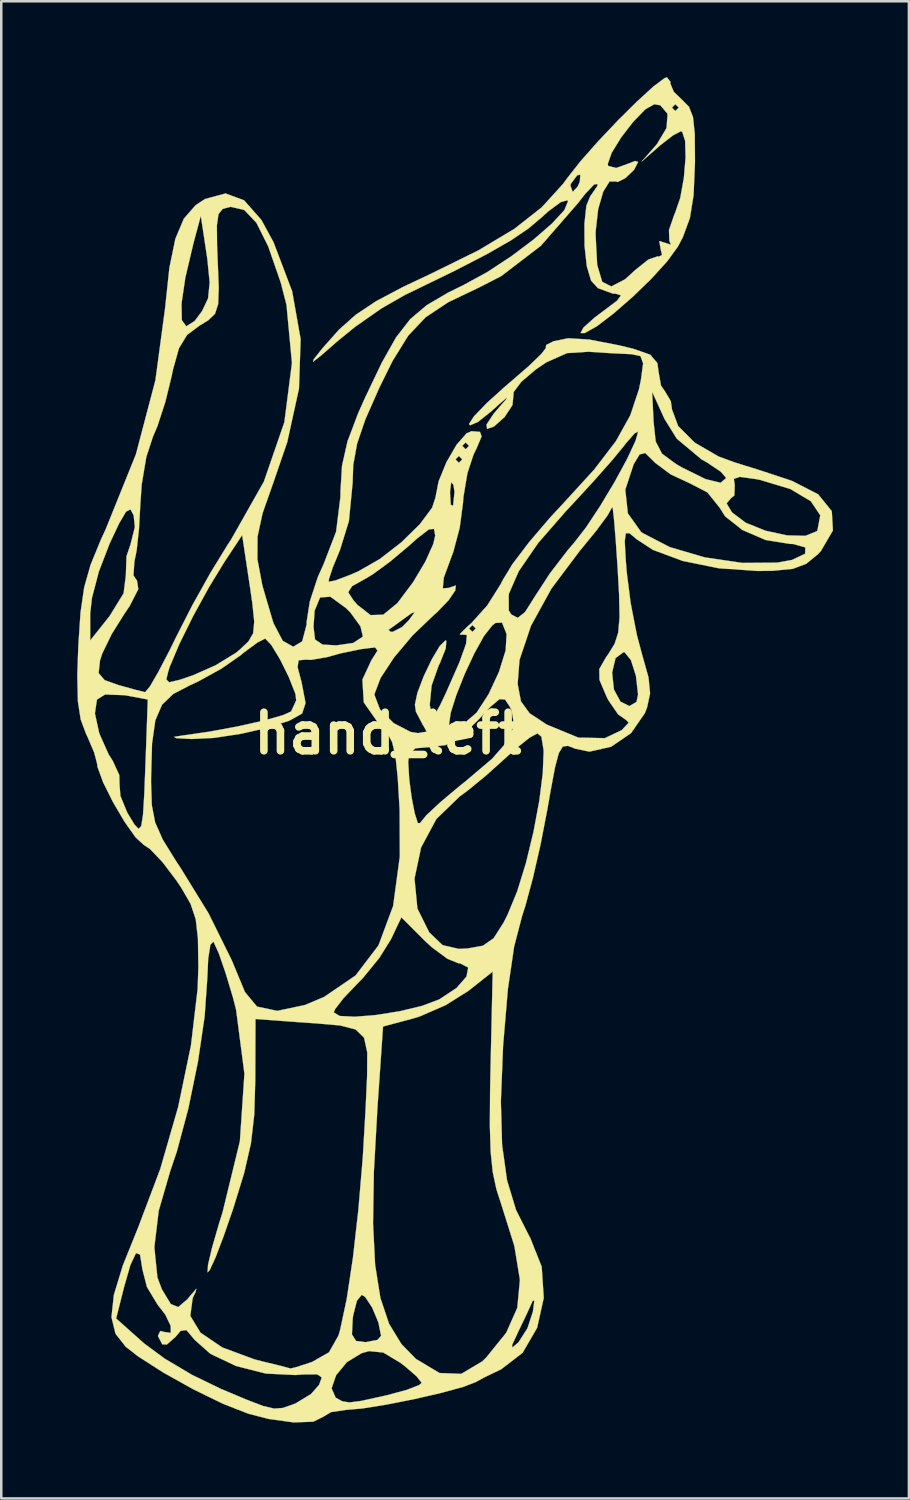
<source format=kicad_pcb>
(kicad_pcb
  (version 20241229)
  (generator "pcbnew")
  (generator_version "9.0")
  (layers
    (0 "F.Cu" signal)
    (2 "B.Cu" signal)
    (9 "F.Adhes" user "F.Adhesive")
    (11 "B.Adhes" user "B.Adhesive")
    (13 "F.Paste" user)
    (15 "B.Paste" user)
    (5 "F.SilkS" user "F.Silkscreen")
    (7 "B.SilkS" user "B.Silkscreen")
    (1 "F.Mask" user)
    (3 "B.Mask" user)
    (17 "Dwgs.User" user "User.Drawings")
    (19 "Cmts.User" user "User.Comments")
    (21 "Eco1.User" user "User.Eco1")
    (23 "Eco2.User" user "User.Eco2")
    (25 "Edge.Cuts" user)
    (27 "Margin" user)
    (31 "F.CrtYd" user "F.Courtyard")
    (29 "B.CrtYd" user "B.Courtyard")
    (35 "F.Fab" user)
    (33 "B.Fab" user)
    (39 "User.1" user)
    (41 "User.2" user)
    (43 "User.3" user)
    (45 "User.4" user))
  (footprint "hand_left"
    (layer "F.Cu")
    (at 12.279 25.934)
    (property "Reference" "hand_left" (at 0 0 0) (layer "F.SilkS") (effects (font (size 1.524 1.524) (thickness 0.3))))
    (attr through_hole)
    (fp_poly (pts (xy 11.173 -25.745) (xy 11.163 -25.686) (xy 11.301 -25.356) (xy 11.631 -25.038) (xy 11.903 -24.762) (xy 12.061 -24.356) (xy 12.131 -23.687) (xy 12.139 -22.627) (xy 12.137 -22.513) (xy 12.084 -21.272) (xy 11.939 -20.371) (xy 11.662 -19.615) (xy 11.469 -19.246) (xy 11.054 -18.671) (xy 10.424 -17.976) (xy 9.679 -17.253) (xy 8.921 -16.592) (xy 8.254 -16.084) (xy 7.777 -15.819) (xy 7.617 -15.822) (xy 7.733 -16.039) (xy 8.177 -16.437) (xy 8.485 -16.667) (xy 9.055 -17.097) (xy 9.215 -17.31) (xy 9.004 -17.377) (xy 8.896 -17.379) (xy 8.303 -17.595) (xy 8.03 -17.896) (xy 7.862 -18.468) (xy 7.774 -19.277) (xy 7.772 -19.681) (xy 8.212 -19.681) (xy 8.274 -18.512) (xy 8.473 -17.846) (xy 8.832 -17.663) (xy 9.375 -17.945) (xy 9.788 -18.32) (xy 10.295 -18.726) (xy 10.67 -18.855) (xy 10.709 -18.841) (xy 10.837 -18.906) (xy 10.78 -19.147) (xy 10.728 -19.458) (xy 10.958 -19.387) (xy 11.187 -19.313) (xy 11.126 -19.469) (xy 11.111 -19.892) (xy 11.326 -20.514) (xy 11.352 -20.566) (xy 11.557 -21.163) (xy 11.699 -21.948) (xy 11.767 -22.755) (xy 11.749 -23.419) (xy 11.634 -23.774) (xy 11.581 -23.796) (xy 11.274 -23.636) (xy 10.771 -23.246) (xy 10.712 -23.194) (xy 10.026 -22.593) (xy 10.635 -23.286) (xy 11.015 -23.924) (xy 11.056 -24.485) (xy 10.847 -24.732) (xy 11.229 -24.732) (xy 11.363 -24.598) (xy 11.497 -24.732) (xy 11.363 -24.865) (xy 11.229 -24.732) (xy 10.847 -24.732) (xy 10.768 -24.824) (xy 10.534 -24.865) (xy 10.18 -24.667) (xy 9.702 -24.176) (xy 9.218 -23.548) (xy 8.843 -22.938) (xy 8.692 -22.502) (xy 8.711 -22.425) (xy 9.027 -22.346) (xy 9.374 -22.468) (xy 9.778 -22.623) (xy 9.893 -22.583) (xy 9.731 -22.272) (xy 9.389 -21.944) (xy 9.082 -21.79) (xy 9.027 -21.81) (xy 8.765 -21.814) (xy 8.511 -21.408) (xy 8.312 -20.714) (xy 8.215 -19.857) (xy 8.212 -19.681) (xy 7.772 -19.681) (xy 7.769 -20.135) (xy 7.846 -20.854) (xy 8.007 -21.245) (xy 8.021 -21.256) (xy 8.279 -21.629) (xy 8.288 -21.713) (xy 8.151 -21.692) (xy 7.8 -21.322) (xy 7.52 -20.962) (xy 6.05 -19.272) (xy 4.476 -18.068) (xy 3.609 -17.624) (xy 2.384 -17.037) (xy 1.493 -16.445) (xy 0.804 -15.716) (xy 0.184 -14.715) (xy -0.336 -13.663) (xy -0.889 -12.408) (xy -1.217 -11.445) (xy -1.368 -10.603) (xy -1.393 -9.893) (xy -1.539 -8.388) (xy -1.893 -7.244) (xy -2.181 -6.545) (xy -2.332 -6.084) (xy -2.336 -5.99) (xy -2.071 -6.043) (xy -1.488 -6.264) (xy -1.17 -6.402) (xy -0.319 -6.889) (xy 0.533 -7.549) (xy 1.264 -8.264) (xy 1.749 -8.917) (xy 1.877 -9.3) (xy 1.915 -9.492) (xy 2.458 -9.492) (xy 2.487 -9.035) (xy 2.571 -8.995) (xy 2.582 -9.019) (xy 2.635 -9.549) (xy 2.592 -9.821) (xy 2.506 -9.93) (xy 2.46 -9.575) (xy 2.458 -9.492) (xy 1.915 -9.492) (xy 2.006 -9.958) (xy 2.317 -10.718) (xy 2.381 -10.828) (xy 2.674 -10.828) (xy 2.807 -10.695) (xy 2.941 -10.828) (xy 2.807 -10.962) (xy 2.674 -10.828) (xy 2.381 -10.828) (xy 2.691 -11.363) (xy 2.941 -11.363) (xy 3.075 -11.229) (xy 3.208 -11.363) (xy 3.075 -11.497) (xy 2.941 -11.363) (xy 2.691 -11.363) (xy 2.718 -11.409) (xy 3.114 -11.859) (xy 3.309 -11.942) (xy 3.641 -11.914) (xy 3.705 -11.736) (xy 3.51 -11.269) (xy 3.386 -11.016) (xy 3.144 -10.28) (xy 2.989 -9.352) (xy 2.971 -9.117) (xy 2.84 -8.125) (xy 2.588 -7.172) (xy 2.527 -7.012) (xy 2.21 -6.148) (xy 2.172 -5.731) (xy 2.406 -5.748) (xy 2.686 -5.844) (xy 2.665 -5.648) (xy 2.403 -5.263) (xy 1.956 -4.796) (xy 1.811 -4.669) (xy 0.98 -3.873) (xy 0.247 -3.001) (xy -0.287 -2.188) (xy -0.524 -1.567) (xy -0.527 -1.513) (xy -0.31 -0.947) (xy 0.229 -0.405) (xy 0.895 -0.057) (xy 1.19 -0.009) (xy 1.534 -0.066) (xy 1.403 -0.308) (xy 1.39 -0.321) (xy 1.369 -0.361) (xy 2.419 -0.361) (xy 2.489 -0.267) (xy 2.831 -0.352) (xy 3.065 -0.434) (xy 3.51 -0.82) (xy 3.981 -1.546) (xy 4.17 -1.952) (xy 5.13 -1.952) (xy 5.26 -1.266) (xy 5.602 -0.794) (xy 6.283 -0.345) (xy 7.531 0.169) (xy 8.577 0.19) (xy 9.24 -0.125) (xy 9.521 -0.421) (xy 9.42 -0.526) (xy 9.098 -0.752) (xy 8.722 -1.301) (xy 8.635 -1.471) (xy 8.365 -2.111) (xy 8.359 -2.407) (xy 8.864 -2.407) (xy 8.933 -1.737) (xy 9.194 -1.254) (xy 9.55 -1.077) (xy 9.829 -1.242) (xy 9.889 -1.537) (xy 9.805 -2.277) (xy 9.607 -2.895) (xy 9.36 -3.201) (xy 9.318 -3.208) (xy 9.002 -2.979) (xy 8.864 -2.407) (xy 8.359 -2.407) (xy 8.356 -2.537) (xy 8.623 -3.008) (xy 8.719 -3.142) (xy 8.961 -3.535) (xy 9.103 -3.974) (xy 9.158 -4.589) (xy 9.139 -5.505) (xy 9.08 -6.551) (xy 9.006 -7.634) (xy 8.939 -8.45) (xy 8.889 -8.899) (xy 8.867 -8.941) (xy 8.682 -8.61) (xy 8.235 -8.005) (xy 7.621 -7.254) (xy 7.577 -7.203) (xy 6.464 -5.718) (xy 5.657 -4.251) (xy 5.204 -2.902) (xy 5.13 -1.952) (xy 4.17 -1.952) (xy 4.391 -2.427) (xy 4.657 -3.28) (xy 4.692 -3.921) (xy 4.689 -3.933) (xy 4.514 -4.377) (xy 4.258 -4.363) (xy 4.13 -4.266) (xy 3.804 -3.854) (xy 3.423 -3.171) (xy 3.039 -2.349) (xy 2.708 -1.518) (xy 2.484 -0.812) (xy 2.419 -0.361) (xy 1.369 -0.361) (xy 1.11 -0.855) (xy 1.069 -1.134) (xy 1.17 -1.608) (xy 1.418 -2.257) (xy 1.737 -2.923) (xy 2.048 -3.448) (xy 2.274 -3.672) (xy 2.311 -3.66) (xy 2.29 -3.359) (xy 2.066 -2.794) (xy 2.009 -2.681) (xy 1.73 -1.89) (xy 1.656 -1.141) (xy 1.659 -1.119) (xy 1.728 -0.742) (xy 1.844 -0.724) (xy 2.068 -1.115) (xy 2.318 -1.647) (xy 2.827 -2.804) (xy 3.091 -3.535) (xy 3.123 -3.888) (xy 2.933 -3.906) (xy 2.903 -3.891) (xy 2.843 -3.917) (xy 3.069 -4.144) (xy 3.208 -4.144) (xy 3.342 -4.011) (xy 3.476 -4.144) (xy 3.342 -4.278) (xy 3.208 -4.144) (xy 3.069 -4.144) (xy 3.132 -4.208) (xy 3.302 -4.357) (xy 3.923 -5.047) (xy 4.211 -5.501) (xy 4.777 -5.501) (xy 4.78 -4.856) (xy 4.884 -4.695) (xy 5.135 -4.566) (xy 5.42 -4.79) (xy 5.824 -5.428) (xy 6.403 -6.318) (xy 7.116 -7.248) (xy 7.356 -7.525) (xy 7.834 -8.141) (xy 8.396 -8.992) (xy 8.778 -9.629) (xy 9.384 -9.629) (xy 9.487 -8.692) (xy 10.006 -7.964) (xy 10.065 -7.919) (xy 11.143 -7.361) (xy 12.53 -6.954) (xy 14.015 -6.736) (xy 15.384 -6.746) (xy 15.975 -6.853) (xy 16.49 -7.099) (xy 16.502 -7.348) (xy 16.024 -7.483) (xy 15.9 -7.486) (xy 14.934 -7.64) (xy 14.015 -8.036) (xy 13.33 -8.576) (xy 13.116 -8.918) (xy 12.978 -9.089) (xy 13.388 -9.089) (xy 13.603 -8.732) (xy 14.144 -8.324) (xy 14.924 -8.01) (xy 15.768 -7.825) (xy 16.503 -7.806) (xy 16.954 -7.989) (xy 16.979 -8.023) (xy 17.09 -8.617) (xy 16.717 -9.175) (xy 15.911 -9.655) (xy 14.725 -10.013) (xy 14.552 -10.048) (xy 13.911 -10.137) (xy 13.674 -10.056) (xy 13.711 -9.814) (xy 13.696 -9.402) (xy 13.554 -9.285) (xy 13.388 -9.089) (xy 12.978 -9.089) (xy 12.63 -9.522) (xy 11.947 -9.876) (xy 11.174 -10.237) (xy 10.562 -10.694) (xy 10.542 -10.716) (xy 10.175 -11.078) (xy 9.951 -11.024) (xy 9.717 -10.639) (xy 9.384 -9.629) (xy 8.778 -9.629) (xy 8.963 -9.937) (xy 9.454 -10.84) (xy 9.79 -11.56) (xy 9.893 -11.926) (xy 9.755 -11.858) (xy 9.412 -11.466) (xy 9.309 -11.332) (xy 8.856 -10.783) (xy 8.157 -9.992) (xy 7.34 -9.104) (xy 7.062 -8.809) (xy 5.941 -7.522) (xy 5.172 -6.404) (xy 4.777 -5.501) (xy 4.211 -5.501) (xy 4.464 -5.902) (xy 4.535 -6.047) (xy 4.924 -6.688) (xy 5.588 -7.563) (xy 6.417 -8.533) (xy 6.936 -9.091) (xy 8.157 -10.427) (xy 9.017 -11.552) (xy 9.584 -12.573) (xy 9.893 -13.502) (xy 10.445 -13.502) (xy 10.503 -12.306) (xy 10.587 -11.532) (xy 10.836 -11.053) (xy 11.391 -10.644) (xy 11.631 -10.505) (xy 12.561 -10.047) (xy 13.153 -9.904) (xy 13.368 -10.088) (xy 13.368 -10.099) (xy 13.155 -10.343) (xy 12.621 -10.702) (xy 12.395 -10.83) (xy 11.418 -11.647) (xy 10.934 -12.428) (xy 10.445 -13.502) (xy 9.893 -13.502) (xy 9.925 -13.597) (xy 10.002 -13.97) (xy 10.089 -14.624) (xy 9.984 -14.912) (xy 9.623 -14.987) (xy 9.571 -14.988) (xy 8.886 -15.02) (xy 8.031 -15.075) (xy 7.939 -15.082) (xy 7.085 -15.028) (xy 6.268 -14.666) (xy 5.856 -14.389) (xy 5.275 -13.894) (xy 4.97 -13.487) (xy 4.962 -13.343) (xy 4.925 -12.974) (xy 4.614 -12.5) (xy 4.192 -12.125) (xy 3.922 -12.032) (xy 3.899 -12.202) (xy 4.178 -12.626) (xy 4.297 -12.767) (xy 4.669 -13.195) (xy 4.713 -13.279) (xy 4.402 -13.011) (xy 4.076 -12.717) (xy 3.561 -12.308) (xy 3.25 -12.174) (xy 3.208 -12.226) (xy 3.401 -12.525) (xy 3.911 -13.055) (xy 4.64 -13.714) (xy 4.836 -13.88) (xy 5.564 -14.511) (xy 6.064 -14.992) (xy 6.255 -15.241) (xy 6.24 -15.259) (xy 6.263 -15.354) (xy 6.551 -15.497) (xy 7.129 -15.615) (xy 7.959 -15.564) (xy 9.145 -15.334) (xy 9.692 -15.202) (xy 10.371 -14.965) (xy 10.655 -14.631) (xy 10.695 -14.31) (xy 10.795 -13.748) (xy 10.962 -13.502) (xy 11.185 -13.126) (xy 11.229 -12.805) (xy 11.474 -12.145) (xy 12.129 -11.49) (xy 13.079 -10.939) (xy 13.692 -10.714) (xy 14.734 -10.389) (xy 15.816 -10.031) (xy 15.978 -9.975) (xy 17.005 -9.449) (xy 17.547 -8.782) (xy 17.59 -8.019) (xy 17.115 -7.205) (xy 16.99 -7.073) (xy 16.536 -6.701) (xy 16.004 -6.501) (xy 15.215 -6.425) (xy 14.626 -6.417) (xy 13.086 -6.523) (xy 11.653 -6.814) (xy 10.478 -7.251) (xy 9.839 -7.668) (xy 9.554 -7.906) (xy 9.405 -7.908) (xy 9.363 -7.589) (xy 9.403 -6.863) (xy 9.441 -6.376) (xy 9.596 -5.151) (xy 9.846 -3.872) (xy 10.046 -3.124) (xy 10.302 -2.209) (xy 10.365 -1.579) (xy 10.246 -1.025) (xy 10.159 -0.8) (xy 9.613 -0.009) (xy 8.827 0.528) (xy 7.967 0.723) (xy 7.402 0.606) (xy 7.115 0.494) (xy 6.912 0.525) (xy 6.754 0.785) (xy 6.604 1.358) (xy 6.422 2.329) (xy 6.299 3.033) (xy 6.039 4.378) (xy 5.735 5.708) (xy 5.436 6.817) (xy 5.306 7.219) (xy 4.992 8.424) (xy 4.745 10.103) (xy 4.56 12.284) (xy 4.553 12.397) (xy 4.467 14.542) (xy 4.515 16.265) (xy 4.711 17.666) (xy 5.068 18.843) (xy 5.601 19.897) (xy 5.625 19.935) (xy 6.081 21.082) (xy 6.162 22.315) (xy 5.9 23.495) (xy 5.326 24.483) (xy 4.471 25.14) (xy 4.443 25.152) (xy 3.802 25.46) (xy 3.476 25.64) (xy 2.976 25.832) (xy 2.114 26.067) (xy 1.053 26.312) (xy -0.04 26.529) (xy -1 26.683) (xy -1.655 26.74) (xy -2.247 26.827) (xy -2.54 27.004) (xy -2.947 27.206) (xy -3.718 27.235) (xy -4.711 27.098) (xy -5.517 26.89) (xy -6.507 26.502) (xy -7.689 25.926) (xy -8.875 25.264) (xy -9.878 24.62) (xy -10.361 24.243) (xy -10.765 23.729) (xy -10.911 23.127) (xy -10.739 23.127) (xy -9.637 24.109) (xy -8.819 24.714) (xy -7.732 25.359) (xy -6.61 25.903) (xy -6.607 25.905) (xy -5.586 26.334) (xy -4.927 26.587) (xy -4.498 26.688) (xy -4.165 26.665) (xy -3.797 26.541) (xy -3.643 26.482) (xy -3.035 26.112) (xy -2.841 25.89) (xy -2.224 25.89) (xy -2.063 26.255) (xy -2.059 26.257) (xy -1.801 26.4) (xy -1.519 26.445) (xy -1.059 26.386) (xy -0.269 26.213) (xy -0.02 26.156) (xy 0.743 25.95) (xy 1.235 25.76) (xy 1.337 25.672) (xy 1.142 25.419) (xy 0.659 25.002) (xy 0.495 24.878) (xy -0.18 24.473) (xy -0.74 24.417) (xy -1.037 24.498) (xy -1.619 24.853) (xy -2.045 25.37) (xy -2.224 25.89) (xy -2.841 25.89) (xy -2.716 25.747) (xy -2.612 25.457) (xy -2.787 25.335) (xy -3.348 25.339) (xy -3.656 25.362) (xy -4.82 25.305) (xy -6.001 25.005) (xy -7.01 24.526) (xy -7.634 23.974) (xy -7.959 23.585) (xy -8.194 23.618) (xy -8.395 23.858) (xy -8.736 24.157) (xy -8.916 24.148) (xy -9.087 23.82) (xy -8.995 23.62) (xy -8.823 23.662) (xy -8.579 23.695) (xy -8.584 23.416) (xy -8.801 22.966) (xy -9.098 22.585) (xy -9.521 21.884) (xy -9.7 21.19) (xy -9.794 20.602) (xy -9.954 20.543) (xy -10.174 21.009) (xy -10.417 21.853) (xy -10.739 23.127) (xy -10.911 23.127) (xy -10.924 23.074) (xy -10.83 22.2) (xy -10.473 21.027) (xy -10.185 20.315) (xy -9.229 20.315) (xy -9.108 21.504) (xy -8.934 21.968) (xy -8.579 22.555) (xy -8.286 22.677) (xy -7.924 22.368) (xy -7.833 22.258) (xy -7.568 21.951) (xy -7.599 22.082) (xy -7.714 22.318) (xy -7.808 23.024) (xy -7.406 23.686) (xy -6.545 24.271) (xy -5.264 24.745) (xy -4.888 24.841) (xy -4.239 24.998) (xy -3.876 25.096) (xy -3.85 25.106) (xy -3.609 25.046) (xy -3.058 24.866) (xy -2.985 24.84) (xy -2.328 24.465) (xy -1.954 23.806) (xy -1.939 23.756) (xy -1.419 23.756) (xy -1.255 24.016) (xy -0.882 24.063) (xy -0.406 23.971) (xy -0.267 23.813) (xy -0.372 23.289) (xy -0.616 22.702) (xy -0.894 22.277) (xy -1.034 22.192) (xy -1.223 22.427) (xy -1.371 23.005) (xy -1.388 23.127) (xy -1.419 23.756) (xy -1.939 23.756) (xy -1.884 23.57) (xy -1.626 22.36) (xy -1.382 20.741) (xy -1.227 19.374) (xy -0.585 19.374) (xy -0.502 21.017) (xy -0.294 22.318) (xy 0.049 23.338) (xy 0.537 24.138) (xy 1.109 24.724) (xy 2.04 25.282) (xy 2.902 25.316) (xy 3.732 24.822) (xy 3.892 24.665) (xy 4.289 24.174) (xy 4.91 24.174) (xy 4.924 24.277) (xy 5.167 24.063) (xy 5.519 23.51) (xy 5.732 22.86) (xy 5.79 22.427) (xy 5.731 22.42) (xy 5.713 22.459) (xy 5.477 22.976) (xy 5.15 23.658) (xy 5.148 23.662) (xy 4.91 24.174) (xy 4.289 24.174) (xy 4.678 23.692) (xy 5.116 22.706) (xy 5.22 21.598) (xy 5 20.259) (xy 4.507 18.691) (xy 4.29 18.016) (xy 4.145 17.336) (xy 4.062 16.533) (xy 4.031 15.487) (xy 4.041 14.079) (xy 4.057 13.307) (xy 4.144 9.418) (xy 3.182 10.18) (xy 2.28 10.746) (xy 1.248 11.194) (xy 1.015 11.265) (xy -0.19 11.587) (xy -0.412 14.817) (xy -0.552 17.328) (xy -0.585 19.374) (xy -1.227 19.374) (xy -1.166 18.841) (xy -0.992 16.786) (xy -0.884 14.918) (xy -0.819 13.543) (xy -0.814 12.61) (xy -0.941 12.028) (xy -1.272 11.705) (xy -1.878 11.547) (xy -2.833 11.464) (xy -3.618 11.41) (xy -5.231 11.291) (xy -5.24 13.733) (xy -5.279 15.07) (xy -5.411 16.205) (xy -5.676 17.367) (xy -6.114 18.787) (xy -6.121 18.807) (xy -6.491 19.878) (xy -6.81 20.713) (xy -7.038 21.211) (xy -7.125 21.305) (xy -7.108 21.009) (xy -6.948 20.329) (xy -6.677 19.391) (xy -6.535 18.941) (xy -5.848 16.12) (xy -5.669 13.452) (xy -5.984 11.028) (xy -2.139 11.028) (xy -1.904 11.171) (xy -1.294 11.2) (xy -0.452 11.131) (xy 0.478 10.982) (xy 1.353 10.771) (xy 2.031 10.516) (xy 2.041 10.51) (xy 2.713 10.065) (xy 3.109 9.614) (xy 3.176 9.256) (xy 2.863 9.093) (xy 2.8 9.091) (xy 2.356 8.912) (xy 1.743 8.459) (xy 1.444 8.181) (xy 0.535 7.272) (xy 0.123 8.139) (xy -0.334 8.873) (xy -0.983 9.666) (xy -1.213 9.903) (xy -1.756 10.472) (xy -2.089 10.906) (xy -2.139 11.028) (xy -5.984 11.028) (xy -5.997 10.927) (xy -6.121 10.444) (xy -6.415 9.466) (xy -6.683 8.691) (xy -6.876 8.264) (xy -6.899 8.234) (xy -7.014 8.359) (xy -7.1 8.899) (xy -7.136 9.689) (xy -7.242 11.197) (xy -7.506 12.985) (xy -7.886 14.834) (xy -8.339 16.526) (xy -8.602 17.303) (xy -9.057 18.873) (xy -9.229 20.315) (xy -10.185 20.315) (xy -9.864 19.518) (xy -8.994 17.214) (xy -8.286 14.761) (xy -7.781 12.332) (xy -7.518 10.099) (xy -7.489 9.23) (xy -7.506 8.116) (xy -7.593 7.349) (xy -7.796 6.741) (xy -8.164 6.104) (xy -8.355 5.819) (xy -8.902 5.096) (xy -9.399 4.574) (xy -9.651 4.405) (xy -9.97 4.113) (xy -10.406 3.495) (xy -10.865 2.715) (xy -11.253 1.938) (xy -11.475 1.329) (xy -11.497 1.174) (xy -11.608 0.756) (xy -11.881 0.115) (xy -11.928 0.02) (xy -12.14 -0.548) (xy -12.177 -0.788) (xy -11.578 -0.788) (xy -11.406 0.002) (xy -11.035 0.832) (xy -10.87 1.092) (xy -10.613 1.651) (xy -10.605 2.022) (xy -10.57 2.474) (xy -10.307 3.115) (xy -10.25 3.216) (xy -10.015 3.603) (xy -9.853 3.774) (xy -9.747 3.668) (xy -9.677 3.222) (xy -9.625 2.374) (xy -9.609 1.958) (xy -9.358 1.958) (xy -9.329 2.84) (xy -9.196 3.525) (xy -8.893 4.207) (xy -8.353 5.078) (xy -8.183 5.334) (xy -7.083 7.12) (xy -6.169 8.969) (xy -5.647 10.227) (xy -5.172 10.799) (xy -4.371 10.969) (xy -3.274 10.736) (xy -2.52 10.418) (xy -1.276 9.57) (xy -0.37 8.381) (xy 0.209 6.823) (xy 0.355 5.738) (xy 1.054 5.738) (xy 1.168 6.924) (xy 1.635 7.866) (xy 2.166 8.372) (xy 2.804 8.519) (xy 3.155 8.503) (xy 3.761 8.393) (xy 4.18 8.098) (xy 4.571 7.485) (xy 4.726 7.183) (xy 5.111 6.249) (xy 5.461 5.115) (xy 5.758 3.886) (xy 5.985 2.668) (xy 6.124 1.566) (xy 6.158 0.686) (xy 6.07 0.135) (xy 5.914 0) (xy 5.602 0.171) (xy 5.054 0.609) (xy 4.62 1.003) (xy 3.863 1.683) (xy 3.128 2.284) (xy 2.83 2.502) (xy 1.917 3.386) (xy 1.314 4.512) (xy 1.054 5.738) (xy 0.355 5.738) (xy 0.473 4.868) (xy 0.465 3.018) (xy 0.391 1.753) (xy 0.326 1.136) (xy 0.805 1.136) (xy 0.845 1.811) (xy 0.941 2.537) (xy 1.063 3.164) (xy 1.184 3.544) (xy 1.268 3.549) (xy 1.517 3.242) (xy 2.084 2.713) (xy 2.857 2.065) (xy 3.072 1.894) (xy 4.123 1.002) (xy 4.748 0.288) (xy 4.99 -0.322) (xy 4.894 -0.902) (xy 4.821 -1.053) (xy 4.631 -1.337) (xy 4.412 -1.351) (xy 4.052 -1.047) (xy 3.572 -0.529) (xy 2.877 0.146) (xy 2.275 0.466) (xy 1.707 0.535) (xy 1.084 0.593) (xy 0.836 0.834) (xy 0.805 1.136) (xy 0.326 1.136) (xy 0.302 0.901) (xy 0.168 0.343) (xy -0.039 -0.043) (xy -0.35 -0.377) (xy -0.373 -0.398) (xy -0.952 -1.226) (xy -1.006 -2.124) (xy -0.656 -2.877) (xy -0.409 -3.271) (xy -0.504 -3.396) (xy -1.027 -3.332) (xy -1.124 -3.315) (xy -1.86 -3.163) (xy -2.403 -3.012) (xy -2.406 -3.011) (xy -3.034 -2.904) (xy -3.254 -2.913) (xy -3.528 -2.885) (xy -3.567 -2.614) (xy -3.408 -2.012) (xy -3.253 -1.197) (xy -3.389 -0.782) (xy -3.895 -0.5) (xy -4.762 -0.219) (xy -5.816 0.021) (xy -6.885 0.182) (xy -7.754 0.224) (xy -8.367 0.19) (xy -8.448 0.14) (xy -8.155 0.092) (xy -7.052 -0.067) (xy -5.918 -0.277) (xy -4.9 -0.505) (xy -4.145 -0.719) (xy -3.826 -0.862) (xy -3.623 -1.296) (xy -3.651 -1.557) (xy -3.918 -2.233) (xy -4.268 -2.936) (xy -4.607 -3.495) (xy -4.843 -3.742) (xy -4.853 -3.743) (xy -5.159 -3.586) (xy -5.685 -3.197) (xy -5.827 -3.08) (xy -6.58 -2.555) (xy -7.511 -2.042) (xy -7.814 -1.903) (xy -8.481 -1.558) (xy -8.925 -1.132) (xy -9.19 -0.514) (xy -9.32 0.404) (xy -9.357 1.731) (xy -9.358 1.958) (xy -9.609 1.958) (xy -9.574 1.062) (xy -9.567 0.869) (xy -9.488 -1.337) (xy -10.388 -1.506) (xy -11.174 -1.536) (xy -11.497 -1.336) (xy -11.578 -0.788) (xy -12.177 -0.788) (xy -12.252 -1.273) (xy -12.274 -2.288) (xy -12.271 -2.383) (xy -11.431 -2.383) (xy -11.195 -2.103) (xy -10.653 -1.91) (xy -10.007 -1.73) (xy -9.612 -1.632) (xy -9.592 -1.628) (xy -9.411 -1.842) (xy -9.242 -2.132) (xy -8.756 -2.132) (xy -8.645 -2.017) (xy -8.222 -2.117) (xy -7.701 -2.294) (xy -6.811 -2.688) (xy -6.019 -3.173) (xy -5.859 -3.302) (xy -5.509 -3.634) (xy -5.323 -3.956) (xy -5.281 -4.413) (xy -5.357 -5.155) (xy -5.462 -5.872) (xy -5.758 -7.834) (xy -6.457 -6.778) (xy -7.064 -5.785) (xy -7.69 -4.644) (xy -8.238 -3.537) (xy -8.613 -2.65) (xy -8.669 -2.484) (xy -8.756 -2.132) (xy -9.242 -2.132) (xy -9.066 -2.435) (xy -8.615 -3.303) (xy -8.358 -3.826) (xy -7.723 -5.071) (xy -7.002 -6.36) (xy -6.332 -7.453) (xy -6.209 -7.636) (xy -4.899 -9.951) (xy -4.09 -12.297) (xy -3.79 -14.638) (xy -4.006 -16.936) (xy -4.232 -17.813) (xy -4.725 -19.238) (xy -5.195 -20.18) (xy -5.677 -20.687) (xy -6.202 -20.808) (xy -6.242 -20.803) (xy -6.53 -20.726) (xy -6.694 -20.52) (xy -6.758 -20.071) (xy -6.749 -19.263) (xy -6.723 -18.653) (xy -6.683 -17.609) (xy -6.707 -16.964) (xy -6.832 -16.581) (xy -7.098 -16.325) (xy -7.435 -16.121) (xy -7.936 -15.746) (xy -8.256 -15.221) (xy -8.493 -14.373) (xy -8.541 -14.135) (xy -8.792 -13.107) (xy -9.105 -12.147) (xy -9.285 -11.722) (xy -9.546 -10.926) (xy -9.727 -9.843) (xy -9.78 -9.092) (xy -9.835 -8.09) (xy -9.927 -7.236) (xy -10.018 -6.781) (xy -10.054 -6.244) (xy -9.912 -6.028) (xy -9.863 -5.7) (xy -10.203 -5.033) (xy -10.41 -4.728) (xy -10.914 -3.922) (xy -11.284 -3.163) (xy -11.375 -2.888) (xy -11.431 -2.383) (xy -12.271 -2.383) (xy -12.235 -3.43) (xy -12.149 -4.74) (xy -11.764 -4.74) (xy -11.764 -3.67) (xy -10.998 -4.634) (xy -10.444 -5.534) (xy -10.355 -6.245) (xy -10.329 -7) (xy -10.171 -7.466) (xy -9.998 -8.155) (xy -10.046 -8.617) (xy -10.172 -8.85) (xy -10.348 -8.761) (xy -10.625 -8.289) (xy -10.996 -7.501) (xy -11.42 -6.4) (xy -11.695 -5.351) (xy -11.764 -4.74) (xy -12.149 -4.74) (xy -12.148 -4.761) (xy -12.002 -5.768) (xy -11.749 -6.663) (xy -11.34 -7.659) (xy -11.155 -8.059) (xy -9.958 -11.027) (xy -9.186 -13.959) (xy -8.804 -16.804) (xy -8.785 -16.986) (xy -8.155 -16.986) (xy -8.142 -16.331) (xy -7.967 -16.088) (xy -7.636 -16.297) (xy -7.343 -16.688) (xy -7.106 -17.19) (xy -7.042 -17.816) (xy -7.135 -18.751) (xy -7.156 -18.893) (xy -7.392 -20.454) (xy -7.68 -19.384) (xy -8.003 -18.017) (xy -8.155 -16.986) (xy -8.785 -16.986) (xy -8.635 -18.394) (xy -8.4 -19.541) (xy -8.065 -20.338) (xy -7.598 -20.875) (xy -7.224 -21.119) (xy -6.416 -21.338) (xy -5.683 -21.068) (xy -4.998 -20.292) (xy -4.517 -19.408) (xy -3.782 -17.47) (xy -3.447 -15.579) (xy -3.512 -13.627) (xy -3.977 -11.506) (xy -4.552 -9.833) (xy -4.95 -8.704) (xy -5.151 -7.775) (xy -5.155 -6.877) (xy -4.959 -5.839) (xy -4.563 -4.492) (xy -4.516 -4.345) (xy -4.154 -3.657) (xy -3.738 -3.423) (xy -3.385 -3.636) (xy -3.233 -4.211) (xy -2.937 -4.211) (xy -2.878 -3.711) (xy -2.584 -3.509) (xy -2.034 -3.476) (xy -1.367 -3.573) (xy -0.998 -3.815) (xy -0.989 -3.834) (xy -1.048 -4.086) (xy 0.022 -4.086) (xy 0.11 -4.014) (xy 0.19 -4.011) (xy 0.563 -4.2) (xy 0.836 -4.478) (xy 1.064 -4.791) (xy 0.938 -4.747) (xy 0.668 -4.554) (xy 0.218 -4.226) (xy 0.022 -4.086) (xy -1.048 -4.086) (xy -1.081 -4.226) (xy -1.476 -4.77) (xy -1.652 -4.948) (xy -2.272 -5.4) (xy -2.68 -5.37) (xy -2.894 -4.848) (xy -2.937 -4.211) (xy -3.233 -4.211) (xy -3.212 -4.29) (xy -3.208 -4.42) (xy -3.084 -5.212) (xy -2.965 -5.577) (xy -1.566 -5.577) (xy -1.354 -5.249) (xy -1.196 -5.072) (xy -0.683 -4.673) (xy -0.18 -4.69) (xy 0.382 -5.152) (xy 1.003 -5.982) (xy 1.48 -6.782) (xy 1.795 -7.482) (xy 1.872 -7.815) (xy 1.823 -8.082) (xy 1.62 -8.059) (xy 1.17 -7.712) (xy 0.826 -7.406) (xy 0.094 -6.791) (xy -0.585 -6.293) (xy -0.845 -6.135) (xy -1.415 -5.816) (xy -1.566 -5.577) (xy -2.965 -5.577) (xy -2.768 -6.177) (xy -2.54 -6.684) (xy -2.046 -7.966) (xy -1.874 -9.346) (xy -1.872 -9.579) (xy -1.811 -10.577) (xy -1.596 -11.536) (xy -1.172 -12.657) (xy -0.901 -13.264) (xy -0.239 -14.65) (xy 0.324 -15.649) (xy 0.884 -16.37) (xy 1.537 -16.922) (xy 2.379 -17.417) (xy 3.013 -17.73) (xy 3.928 -18.23) (xy 4.875 -18.852) (xy 5.761 -19.518) (xy 6.493 -20.154) (xy 6.977 -20.681) (xy 7.119 -21.024) (xy 7.093 -21.069) (xy 6.831 -20.994) (xy 6.34 -20.63) (xy 6.079 -20.393) (xy 5.552 -19.949) (xy 4.856 -19.478) (xy 3.911 -18.937) (xy 2.641 -18.281) (xy 0.968 -17.467) (xy 0.692 -17.336) (xy -0.239 -16.803) (xy -1.28 -16.077) (xy -1.981 -15.507) (xy -2.651 -14.923) (xy -2.958 -14.685) (xy -2.933 -14.78) (xy -2.607 -15.191) (xy -2.586 -15.217) (xy -1.932 -15.953) (xy -1.267 -16.545) (xy -0.462 -17.081) (xy 0.613 -17.65) (xy 1.719 -18.172) (xy 3.574 -19.086) (xy 4.999 -19.938) (xy 6.084 -20.792) (xy 6.857 -21.641) (xy 7.219 -21.641) (xy 7.305 -21.398) (xy 7.502 -21.61) (xy 7.588 -21.804) (xy 7.607 -22.08) (xy 7.483 -22.056) (xy 7.228 -21.714) (xy 7.219 -21.641) (xy 6.857 -21.641) (xy 6.919 -21.71) (xy 7.085 -21.937) (xy 7.599 -22.592) (xy 8.294 -23.38) (xy 9.073 -24.204) (xy 9.837 -24.963) (xy 10.488 -25.558) (xy 10.929 -25.891) (xy 11.029 -25.929) (xy 11.173 -25.745)) (stroke (width 0.01) (type solid)) (fill yes) (layer "F.SilkS")))
  (gr_rect
    (start -3 -3)
    (end 32.874 56.174)
    (stroke (width 0.1) (type default))
    (fill no)
    (layer "Edge.Cuts")))
</source>
